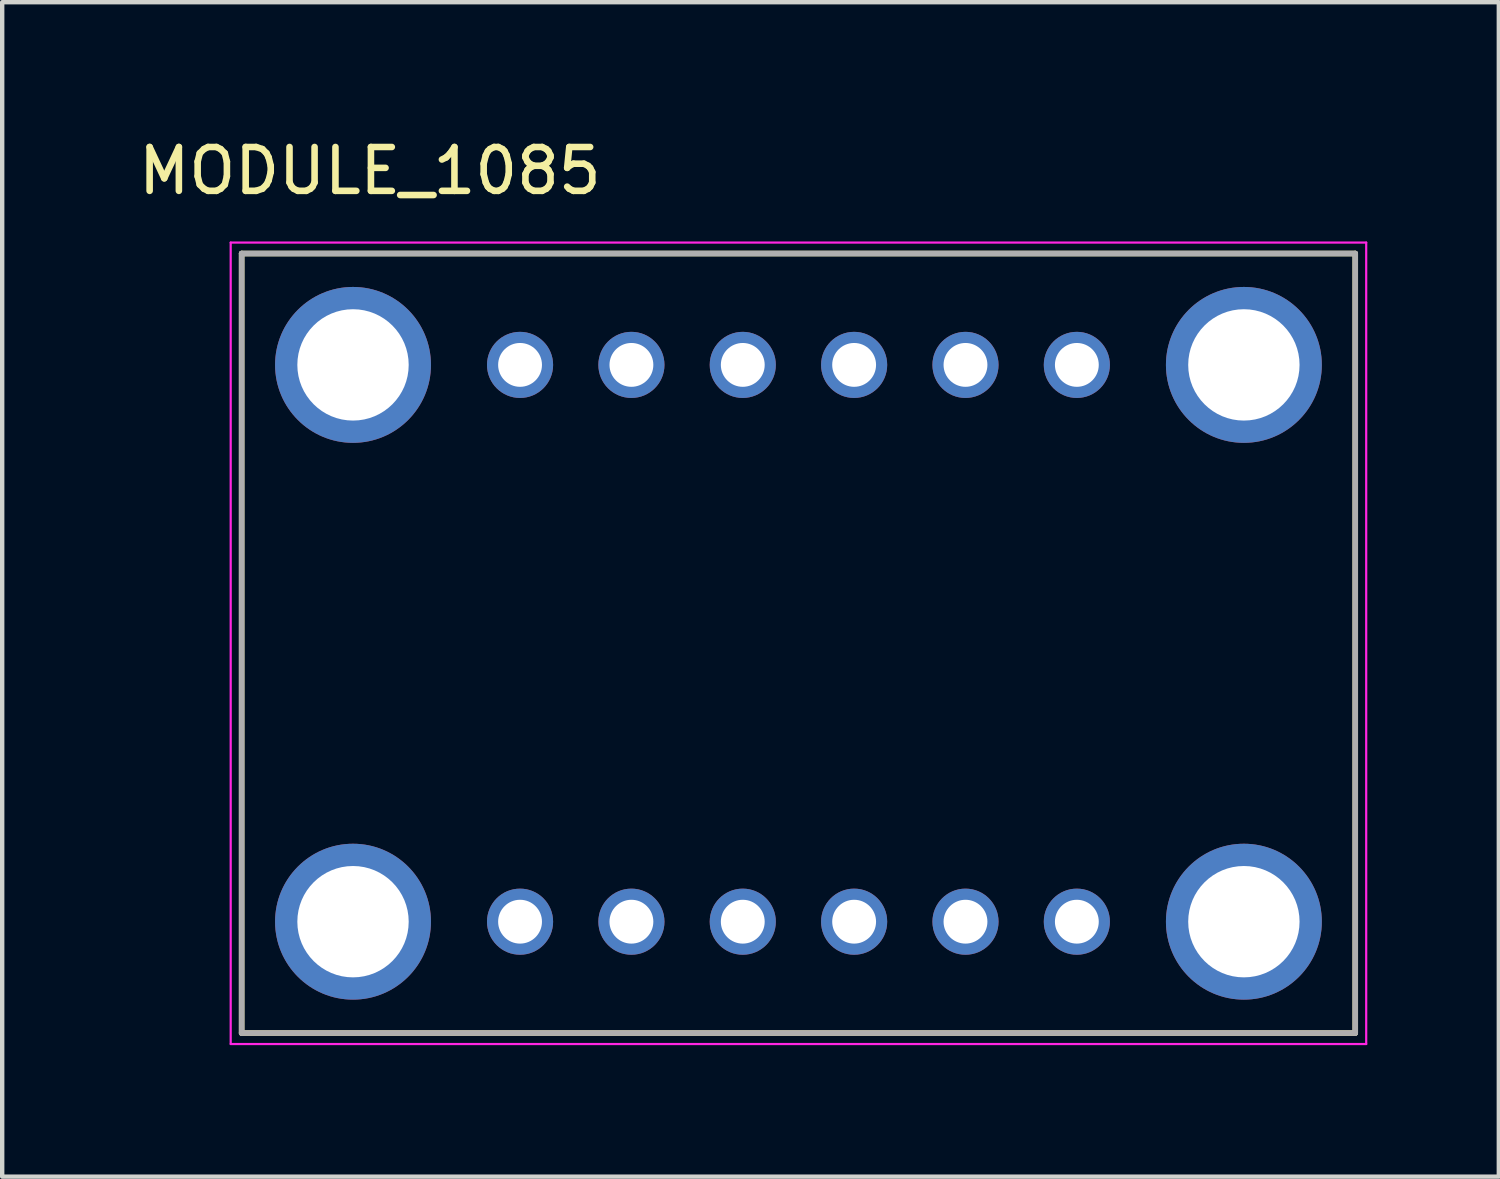
<source format=kicad_pcb>
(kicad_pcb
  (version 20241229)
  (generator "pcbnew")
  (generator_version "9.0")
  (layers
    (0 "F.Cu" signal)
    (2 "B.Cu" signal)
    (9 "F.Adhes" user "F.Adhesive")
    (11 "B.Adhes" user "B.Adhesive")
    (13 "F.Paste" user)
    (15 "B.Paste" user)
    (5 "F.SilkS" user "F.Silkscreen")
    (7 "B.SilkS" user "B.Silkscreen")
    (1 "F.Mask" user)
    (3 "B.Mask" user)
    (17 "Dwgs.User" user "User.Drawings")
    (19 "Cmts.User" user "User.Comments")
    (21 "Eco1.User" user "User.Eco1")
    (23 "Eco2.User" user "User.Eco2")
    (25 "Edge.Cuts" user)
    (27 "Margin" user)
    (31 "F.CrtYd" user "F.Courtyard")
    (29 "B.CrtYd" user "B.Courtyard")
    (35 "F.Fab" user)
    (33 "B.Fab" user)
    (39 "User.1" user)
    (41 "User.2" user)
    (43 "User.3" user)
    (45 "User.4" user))
  (footprint "MODULE_1085"
    (layer "F.Cu")
    (at 15.162 11.623)
    (property "Reference" "MODULE_1085" (at -9.775 -10.775 0) (layer "F.SilkS") (effects (font (size 1 1) (thickness 0.15))))
    (attr through_hole)
    (fp_line (start -12.7 -8.89) (end 12.7 -8.89) (stroke (width 0.127) (type solid)) (layer "F.SilkS"))
    (fp_line (start -12.7 8.89) (end -12.7 -8.89) (stroke (width 0.127) (type solid)) (layer "F.SilkS"))
    (fp_line (start 12.7 -8.89) (end 12.7 8.89) (stroke (width 0.127) (type solid)) (layer "F.SilkS"))
    (fp_line (start 12.7 8.89) (end -12.7 8.89) (stroke (width 0.127) (type solid)) (layer "F.SilkS"))
    (fp_line (start -12.95 -9.14) (end -12.95 9.14) (stroke (width 0.05) (type solid)) (layer "F.CrtYd"))
    (fp_line (start -12.95 9.14) (end 12.95 9.14) (stroke (width 0.05) (type solid)) (layer "F.CrtYd"))
    (fp_line (start 12.95 -9.14) (end -12.95 -9.14) (stroke (width 0.05) (type solid)) (layer "F.CrtYd"))
    (fp_line (start 12.95 9.14) (end 12.95 -9.14) (stroke (width 0.05) (type solid)) (layer "F.CrtYd"))
    (fp_line (start -12.7 -8.89) (end 12.7 -8.89) (stroke (width 0.127) (type solid)) (layer "F.Fab"))
    (fp_line (start -12.7 8.89) (end -12.7 -8.89) (stroke (width 0.127) (type solid)) (layer "F.Fab"))
    (fp_line (start 12.7 -8.89) (end 12.7 8.89) (stroke (width 0.127) (type solid)) (layer "F.Fab"))
    (fp_line (start 12.7 8.89) (end -12.7 8.89) (stroke (width 0.127) (type solid)) (layer "F.Fab"))
    (pad "JP1_1" thru_hole circle (at -6.35 -6.35) (size 1.508 1.508) (drill 1) (layers "*.Cu" "*.Mask"))
    (pad "JP1_2" thru_hole circle (at -3.81 -6.35) (size 1.508 1.508) (drill 1) (layers "*.Cu" "*.Mask"))
    (pad "JP1_3" thru_hole circle (at -1.27 -6.35) (size 1.508 1.508) (drill 1) (layers "*.Cu" "*.Mask"))
    (pad "JP1_4" thru_hole circle (at 1.27 -6.35) (size 1.508 1.508) (drill 1) (layers "*.Cu" "*.Mask"))
    (pad "JP1_5" thru_hole circle (at 3.81 -6.35) (size 1.508 1.508) (drill 1) (layers "*.Cu" "*.Mask"))
    (pad "JP1_6" thru_hole circle (at 6.35 -6.35) (size 1.508 1.508) (drill 1) (layers "*.Cu" "*.Mask"))
    (pad "JP2_1" thru_hole circle (at -6.35 6.35) (size 1.508 1.508) (drill 1) (layers "*.Cu" "*.Mask"))
    (pad "JP2_2" thru_hole circle (at -3.81 6.35) (size 1.508 1.508) (drill 1) (layers "*.Cu" "*.Mask"))
    (pad "JP2_3" thru_hole circle (at -1.27 6.35) (size 1.508 1.508) (drill 1) (layers "*.Cu" "*.Mask"))
    (pad "JP2_4" thru_hole circle (at 1.27 6.35) (size 1.508 1.508) (drill 1) (layers "*.Cu" "*.Mask"))
    (pad "JP2_5" thru_hole circle (at 3.81 6.35) (size 1.508 1.508) (drill 1) (layers "*.Cu" "*.Mask"))
    (pad "JP2_6" thru_hole circle (at 6.35 6.35) (size 1.508 1.508) (drill 1) (layers "*.Cu" "*.Mask"))
    (pad "SH1" thru_hole circle (at -10.16 -6.35) (size 3.556 3.556) (drill 2.54) (layers "*.Cu" "*.Mask"))
    (pad "SH2" thru_hole circle (at 10.16 -6.35) (size 3.556 3.556) (drill 2.54) (layers "*.Cu" "*.Mask"))
    (pad "SH3" thru_hole circle (at -10.16 6.35) (size 3.556 3.556) (drill 2.54) (layers "*.Cu" "*.Mask"))
    (pad "SH4" thru_hole circle (at 10.16 6.35) (size 3.556 3.556) (drill 2.54) (layers "*.Cu" "*.Mask")))
  (gr_rect
    (start -3 -3)
    (end 31.137 23.788)
    (stroke (width 0.1) (type default))
    (fill no)
    (layer "Edge.Cuts")))
</source>
